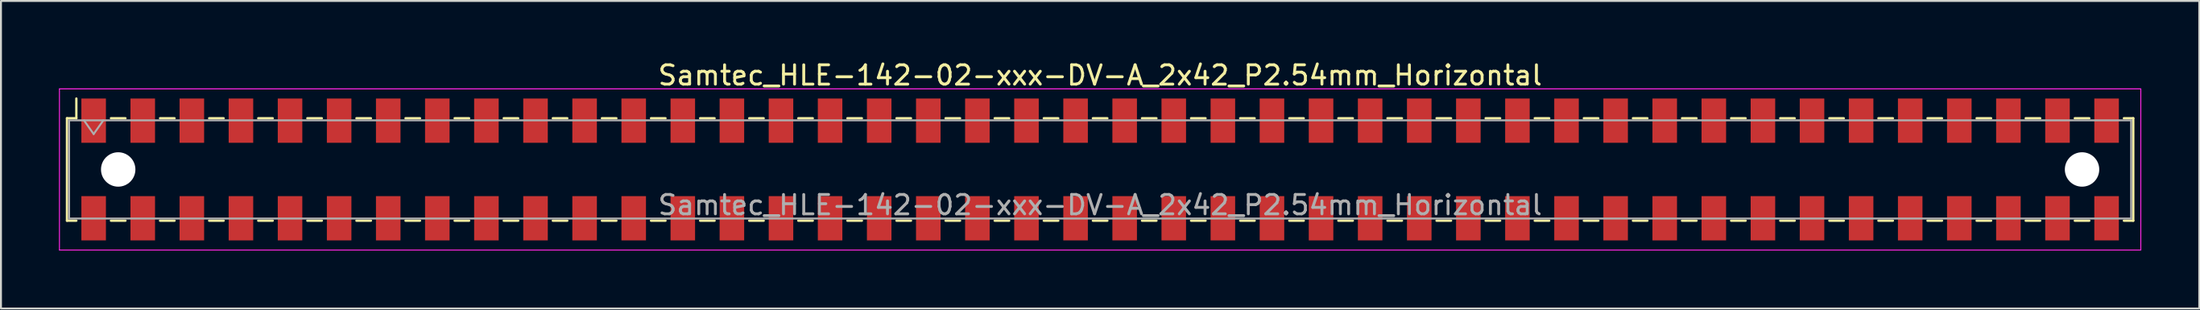
<source format=kicad_pcb>
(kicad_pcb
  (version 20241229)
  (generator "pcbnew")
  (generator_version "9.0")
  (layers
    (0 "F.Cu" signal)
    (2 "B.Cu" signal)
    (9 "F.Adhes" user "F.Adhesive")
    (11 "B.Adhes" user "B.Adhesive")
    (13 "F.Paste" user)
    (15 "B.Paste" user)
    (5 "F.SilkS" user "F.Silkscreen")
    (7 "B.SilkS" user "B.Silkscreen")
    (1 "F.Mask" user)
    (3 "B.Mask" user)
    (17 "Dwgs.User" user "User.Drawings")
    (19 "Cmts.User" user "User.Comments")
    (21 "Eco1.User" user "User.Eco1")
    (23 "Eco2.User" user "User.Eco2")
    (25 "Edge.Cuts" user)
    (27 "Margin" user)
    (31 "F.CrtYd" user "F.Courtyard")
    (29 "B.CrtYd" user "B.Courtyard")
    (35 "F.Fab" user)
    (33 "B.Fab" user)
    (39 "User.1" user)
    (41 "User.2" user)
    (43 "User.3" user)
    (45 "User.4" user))
  (footprint "Samtec_HLE-142-02-xxx-DV-A_2x42_P2.54mm_Horizontal"
    (layer "F.Cu")
    (at 53.865 5.718)
    (property "Reference" "Samtec_HLE-142-02-xxx-DV-A_2x42_P2.54mm_Horizontal" (at 0 -4.87 0) (layer "F.SilkS") (effects (font (size 1 1) (thickness 0.15))))
    (attr smd)
    (fp_line (start -53.45 -2.65) (end -53.45 2.65) (stroke (width 0.12) (type solid)) (layer "F.SilkS"))
    (fp_line (start -53.45 2.65) (end -52.965 2.65) (stroke (width 0.12) (type solid)) (layer "F.SilkS"))
    (fp_line (start -52.965 -3.67) (end -52.965 -2.65) (stroke (width 0.12) (type solid)) (layer "F.SilkS"))
    (fp_line (start -52.965 -2.65) (end -53.45 -2.65) (stroke (width 0.12) (type solid)) (layer "F.SilkS"))
    (fp_line (start -51.175 -2.65) (end -50.425 -2.65) (stroke (width 0.12) (type solid)) (layer "F.SilkS"))
    (fp_line (start -51.175 2.65) (end -50.425 2.65) (stroke (width 0.12) (type solid)) (layer "F.SilkS"))
    (fp_line (start -48.635 -2.65) (end -47.885 -2.65) (stroke (width 0.12) (type solid)) (layer "F.SilkS"))
    (fp_line (start -48.635 2.65) (end -47.885 2.65) (stroke (width 0.12) (type solid)) (layer "F.SilkS"))
    (fp_line (start -46.095 -2.65) (end -45.345 -2.65) (stroke (width 0.12) (type solid)) (layer "F.SilkS"))
    (fp_line (start -46.095 2.65) (end -45.345 2.65) (stroke (width 0.12) (type solid)) (layer "F.SilkS"))
    (fp_line (start -43.555 -2.65) (end -42.805 -2.65) (stroke (width 0.12) (type solid)) (layer "F.SilkS"))
    (fp_line (start -43.555 2.65) (end -42.805 2.65) (stroke (width 0.12) (type solid)) (layer "F.SilkS"))
    (fp_line (start -41.015 -2.65) (end -40.265 -2.65) (stroke (width 0.12) (type solid)) (layer "F.SilkS"))
    (fp_line (start -41.015 2.65) (end -40.265 2.65) (stroke (width 0.12) (type solid)) (layer "F.SilkS"))
    (fp_line (start -38.475 -2.65) (end -37.725 -2.65) (stroke (width 0.12) (type solid)) (layer "F.SilkS"))
    (fp_line (start -38.475 2.65) (end -37.725 2.65) (stroke (width 0.12) (type solid)) (layer "F.SilkS"))
    (fp_line (start -35.935 -2.65) (end -35.185 -2.65) (stroke (width 0.12) (type solid)) (layer "F.SilkS"))
    (fp_line (start -35.935 2.65) (end -35.185 2.65) (stroke (width 0.12) (type solid)) (layer "F.SilkS"))
    (fp_line (start -33.395 -2.65) (end -32.645 -2.65) (stroke (width 0.12) (type solid)) (layer "F.SilkS"))
    (fp_line (start -33.395 2.65) (end -32.645 2.65) (stroke (width 0.12) (type solid)) (layer "F.SilkS"))
    (fp_line (start -30.855 -2.65) (end -30.105 -2.65) (stroke (width 0.12) (type solid)) (layer "F.SilkS"))
    (fp_line (start -30.855 2.65) (end -30.105 2.65) (stroke (width 0.12) (type solid)) (layer "F.SilkS"))
    (fp_line (start -28.315 -2.65) (end -27.565 -2.65) (stroke (width 0.12) (type solid)) (layer "F.SilkS"))
    (fp_line (start -28.315 2.65) (end -27.565 2.65) (stroke (width 0.12) (type solid)) (layer "F.SilkS"))
    (fp_line (start -25.775 -2.65) (end -25.025 -2.65) (stroke (width 0.12) (type solid)) (layer "F.SilkS"))
    (fp_line (start -25.775 2.65) (end -25.025 2.65) (stroke (width 0.12) (type solid)) (layer "F.SilkS"))
    (fp_line (start -23.235 -2.65) (end -22.485 -2.65) (stroke (width 0.12) (type solid)) (layer "F.SilkS"))
    (fp_line (start -23.235 2.65) (end -22.485 2.65) (stroke (width 0.12) (type solid)) (layer "F.SilkS"))
    (fp_line (start -20.695 -2.65) (end -19.945 -2.65) (stroke (width 0.12) (type solid)) (layer "F.SilkS"))
    (fp_line (start -20.695 2.65) (end -19.945 2.65) (stroke (width 0.12) (type solid)) (layer "F.SilkS"))
    (fp_line (start -18.155 -2.65) (end -17.405 -2.65) (stroke (width 0.12) (type solid)) (layer "F.SilkS"))
    (fp_line (start -18.155 2.65) (end -17.405 2.65) (stroke (width 0.12) (type solid)) (layer "F.SilkS"))
    (fp_line (start -15.615 -2.65) (end -14.865 -2.65) (stroke (width 0.12) (type solid)) (layer "F.SilkS"))
    (fp_line (start -15.615 2.65) (end -14.865 2.65) (stroke (width 0.12) (type solid)) (layer "F.SilkS"))
    (fp_line (start -13.075 -2.65) (end -12.325 -2.65) (stroke (width 0.12) (type solid)) (layer "F.SilkS"))
    (fp_line (start -13.075 2.65) (end -12.325 2.65) (stroke (width 0.12) (type solid)) (layer "F.SilkS"))
    (fp_line (start -10.535 -2.65) (end -9.785 -2.65) (stroke (width 0.12) (type solid)) (layer "F.SilkS"))
    (fp_line (start -10.535 2.65) (end -9.785 2.65) (stroke (width 0.12) (type solid)) (layer "F.SilkS"))
    (fp_line (start -7.995 -2.65) (end -7.245 -2.65) (stroke (width 0.12) (type solid)) (layer "F.SilkS"))
    (fp_line (start -7.995 2.65) (end -7.245 2.65) (stroke (width 0.12) (type solid)) (layer "F.SilkS"))
    (fp_line (start -5.455 -2.65) (end -4.705 -2.65) (stroke (width 0.12) (type solid)) (layer "F.SilkS"))
    (fp_line (start -5.455 2.65) (end -4.705 2.65) (stroke (width 0.12) (type solid)) (layer "F.SilkS"))
    (fp_line (start -2.915 -2.65) (end -2.165 -2.65) (stroke (width 0.12) (type solid)) (layer "F.SilkS"))
    (fp_line (start -2.915 2.65) (end -2.165 2.65) (stroke (width 0.12) (type solid)) (layer "F.SilkS"))
    (fp_line (start -0.375 -2.65) (end 0.375 -2.65) (stroke (width 0.12) (type solid)) (layer "F.SilkS"))
    (fp_line (start -0.375 2.65) (end 0.375 2.65) (stroke (width 0.12) (type solid)) (layer "F.SilkS"))
    (fp_line (start 2.165 -2.65) (end 2.915 -2.65) (stroke (width 0.12) (type solid)) (layer "F.SilkS"))
    (fp_line (start 2.165 2.65) (end 2.915 2.65) (stroke (width 0.12) (type solid)) (layer "F.SilkS"))
    (fp_line (start 4.705 -2.65) (end 5.455 -2.65) (stroke (width 0.12) (type solid)) (layer "F.SilkS"))
    (fp_line (start 4.705 2.65) (end 5.455 2.65) (stroke (width 0.12) (type solid)) (layer "F.SilkS"))
    (fp_line (start 7.245 -2.65) (end 7.995 -2.65) (stroke (width 0.12) (type solid)) (layer "F.SilkS"))
    (fp_line (start 7.245 2.65) (end 7.995 2.65) (stroke (width 0.12) (type solid)) (layer "F.SilkS"))
    (fp_line (start 9.785 -2.65) (end 10.535 -2.65) (stroke (width 0.12) (type solid)) (layer "F.SilkS"))
    (fp_line (start 9.785 2.65) (end 10.535 2.65) (stroke (width 0.12) (type solid)) (layer "F.SilkS"))
    (fp_line (start 12.325 -2.65) (end 13.075 -2.65) (stroke (width 0.12) (type solid)) (layer "F.SilkS"))
    (fp_line (start 12.325 2.65) (end 13.075 2.65) (stroke (width 0.12) (type solid)) (layer "F.SilkS"))
    (fp_line (start 14.865 -2.65) (end 15.615 -2.65) (stroke (width 0.12) (type solid)) (layer "F.SilkS"))
    (fp_line (start 14.865 2.65) (end 15.615 2.65) (stroke (width 0.12) (type solid)) (layer "F.SilkS"))
    (fp_line (start 17.405 -2.65) (end 18.155 -2.65) (stroke (width 0.12) (type solid)) (layer "F.SilkS"))
    (fp_line (start 17.405 2.65) (end 18.155 2.65) (stroke (width 0.12) (type solid)) (layer "F.SilkS"))
    (fp_line (start 19.945 -2.65) (end 20.695 -2.65) (stroke (width 0.12) (type solid)) (layer "F.SilkS"))
    (fp_line (start 19.945 2.65) (end 20.695 2.65) (stroke (width 0.12) (type solid)) (layer "F.SilkS"))
    (fp_line (start 22.485 -2.65) (end 23.235 -2.65) (stroke (width 0.12) (type solid)) (layer "F.SilkS"))
    (fp_line (start 22.485 2.65) (end 23.235 2.65) (stroke (width 0.12) (type solid)) (layer "F.SilkS"))
    (fp_line (start 25.025 -2.65) (end 25.775 -2.65) (stroke (width 0.12) (type solid)) (layer "F.SilkS"))
    (fp_line (start 25.025 2.65) (end 25.775 2.65) (stroke (width 0.12) (type solid)) (layer "F.SilkS"))
    (fp_line (start 27.565 -2.65) (end 28.315 -2.65) (stroke (width 0.12) (type solid)) (layer "F.SilkS"))
    (fp_line (start 27.565 2.65) (end 28.315 2.65) (stroke (width 0.12) (type solid)) (layer "F.SilkS"))
    (fp_line (start 30.105 -2.65) (end 30.855 -2.65) (stroke (width 0.12) (type solid)) (layer "F.SilkS"))
    (fp_line (start 30.105 2.65) (end 30.855 2.65) (stroke (width 0.12) (type solid)) (layer "F.SilkS"))
    (fp_line (start 32.645 -2.65) (end 33.395 -2.65) (stroke (width 0.12) (type solid)) (layer "F.SilkS"))
    (fp_line (start 32.645 2.65) (end 33.395 2.65) (stroke (width 0.12) (type solid)) (layer "F.SilkS"))
    (fp_line (start 35.185 -2.65) (end 35.935 -2.65) (stroke (width 0.12) (type solid)) (layer "F.SilkS"))
    (fp_line (start 35.185 2.65) (end 35.935 2.65) (stroke (width 0.12) (type solid)) (layer "F.SilkS"))
    (fp_line (start 37.725 -2.65) (end 38.475 -2.65) (stroke (width 0.12) (type solid)) (layer "F.SilkS"))
    (fp_line (start 37.725 2.65) (end 38.475 2.65) (stroke (width 0.12) (type solid)) (layer "F.SilkS"))
    (fp_line (start 40.265 -2.65) (end 41.015 -2.65) (stroke (width 0.12) (type solid)) (layer "F.SilkS"))
    (fp_line (start 40.265 2.65) (end 41.015 2.65) (stroke (width 0.12) (type solid)) (layer "F.SilkS"))
    (fp_line (start 42.805 -2.65) (end 43.555 -2.65) (stroke (width 0.12) (type solid)) (layer "F.SilkS"))
    (fp_line (start 42.805 2.65) (end 43.555 2.65) (stroke (width 0.12) (type solid)) (layer "F.SilkS"))
    (fp_line (start 45.345 -2.65) (end 46.095 -2.65) (stroke (width 0.12) (type solid)) (layer "F.SilkS"))
    (fp_line (start 45.345 2.65) (end 46.095 2.65) (stroke (width 0.12) (type solid)) (layer "F.SilkS"))
    (fp_line (start 47.885 -2.65) (end 48.635 -2.65) (stroke (width 0.12) (type solid)) (layer "F.SilkS"))
    (fp_line (start 47.885 2.65) (end 48.635 2.65) (stroke (width 0.12) (type solid)) (layer "F.SilkS"))
    (fp_line (start 50.425 -2.65) (end 51.175 -2.65) (stroke (width 0.12) (type solid)) (layer "F.SilkS"))
    (fp_line (start 50.425 2.65) (end 51.175 2.65) (stroke (width 0.12) (type solid)) (layer "F.SilkS"))
    (fp_line (start 52.965 -2.65) (end 53.45 -2.65) (stroke (width 0.12) (type solid)) (layer "F.SilkS"))
    (fp_line (start 53.45 -2.65) (end 53.45 2.65) (stroke (width 0.12) (type solid)) (layer "F.SilkS"))
    (fp_line (start 53.45 2.65) (end 52.965 2.65) (stroke (width 0.12) (type solid)) (layer "F.SilkS"))
    (fp_line (start -53.84 -4.17) (end 53.84 -4.17) (stroke (width 0.05) (type solid)) (layer "F.CrtYd"))
    (fp_line (start -53.84 4.17) (end -53.84 -4.17) (stroke (width 0.05) (type solid)) (layer "F.CrtYd"))
    (fp_line (start 53.84 -4.17) (end 53.84 4.17) (stroke (width 0.05) (type solid)) (layer "F.CrtYd"))
    (fp_line (start 53.84 4.17) (end -53.84 4.17) (stroke (width 0.05) (type solid)) (layer "F.CrtYd"))
    (fp_line (start -53.34 -2.54) (end 53.34 -2.54) (stroke (width 0.1) (type solid)) (layer "F.Fab"))
    (fp_line (start -53.34 2.54) (end -53.34 -2.54) (stroke (width 0.1) (type solid)) (layer "F.Fab"))
    (fp_line (start -52.57 -2.54) (end -52.07 -1.833) (stroke (width 0.1) (type solid)) (layer "F.Fab"))
    (fp_line (start -52.07 -1.833) (end -51.57 -2.54) (stroke (width 0.1) (type solid)) (layer "F.Fab"))
    (fp_line (start 53.34 -2.54) (end 53.34 2.54) (stroke (width 0.1) (type solid)) (layer "F.Fab"))
    (fp_line (start 53.34 2.54) (end -53.34 2.54) (stroke (width 0.1) (type solid)) (layer "F.Fab"))
    (fp_text user "${REFERENCE}" (at 0 1.84 0) (layer "F.Fab") (effects (font (size 1 1) (thickness 0.15))))
    (pad "" np_thru_hole circle (at -50.8 0) (size 1.78 1.78) (drill 1.78) (layers "*.Cu" "*.Mask"))
    (pad "" np_thru_hole circle (at 50.8 0) (size 1.78 1.78) (drill 1.78) (layers "*.Cu" "*.Mask"))
    (pad "1" smd rect (at -52.07 -2.525) (size 1.27 2.29) (layers "F.Cu" "F.Mask" "F.Paste"))
    (pad "2" smd rect (at -52.07 2.525) (size 1.27 2.29) (layers "F.Cu" "F.Mask" "F.Paste"))
    (pad "3" smd rect (at -49.53 -2.525) (size 1.27 2.29) (layers "F.Cu" "F.Mask" "F.Paste"))
    (pad "4" smd rect (at -49.53 2.525) (size 1.27 2.29) (layers "F.Cu" "F.Mask" "F.Paste"))
    (pad "5" smd rect (at -46.99 -2.525) (size 1.27 2.29) (layers "F.Cu" "F.Mask" "F.Paste"))
    (pad "6" smd rect (at -46.99 2.525) (size 1.27 2.29) (layers "F.Cu" "F.Mask" "F.Paste"))
    (pad "7" smd rect (at -44.45 -2.525) (size 1.27 2.29) (layers "F.Cu" "F.Mask" "F.Paste"))
    (pad "8" smd rect (at -44.45 2.525) (size 1.27 2.29) (layers "F.Cu" "F.Mask" "F.Paste"))
    (pad "9" smd rect (at -41.91 -2.525) (size 1.27 2.29) (layers "F.Cu" "F.Mask" "F.Paste"))
    (pad "10" smd rect (at -41.91 2.525) (size 1.27 2.29) (layers "F.Cu" "F.Mask" "F.Paste"))
    (pad "11" smd rect (at -39.37 -2.525) (size 1.27 2.29) (layers "F.Cu" "F.Mask" "F.Paste"))
    (pad "12" smd rect (at -39.37 2.525) (size 1.27 2.29) (layers "F.Cu" "F.Mask" "F.Paste"))
    (pad "13" smd rect (at -36.83 -2.525) (size 1.27 2.29) (layers "F.Cu" "F.Mask" "F.Paste"))
    (pad "14" smd rect (at -36.83 2.525) (size 1.27 2.29) (layers "F.Cu" "F.Mask" "F.Paste"))
    (pad "15" smd rect (at -34.29 -2.525) (size 1.27 2.29) (layers "F.Cu" "F.Mask" "F.Paste"))
    (pad "16" smd rect (at -34.29 2.525) (size 1.27 2.29) (layers "F.Cu" "F.Mask" "F.Paste"))
    (pad "17" smd rect (at -31.75 -2.525) (size 1.27 2.29) (layers "F.Cu" "F.Mask" "F.Paste"))
    (pad "18" smd rect (at -31.75 2.525) (size 1.27 2.29) (layers "F.Cu" "F.Mask" "F.Paste"))
    (pad "19" smd rect (at -29.21 -2.525) (size 1.27 2.29) (layers "F.Cu" "F.Mask" "F.Paste"))
    (pad "20" smd rect (at -29.21 2.525) (size 1.27 2.29) (layers "F.Cu" "F.Mask" "F.Paste"))
    (pad "21" smd rect (at -26.67 -2.525) (size 1.27 2.29) (layers "F.Cu" "F.Mask" "F.Paste"))
    (pad "22" smd rect (at -26.67 2.525) (size 1.27 2.29) (layers "F.Cu" "F.Mask" "F.Paste"))
    (pad "23" smd rect (at -24.13 -2.525) (size 1.27 2.29) (layers "F.Cu" "F.Mask" "F.Paste"))
    (pad "24" smd rect (at -24.13 2.525) (size 1.27 2.29) (layers "F.Cu" "F.Mask" "F.Paste"))
    (pad "25" smd rect (at -21.59 -2.525) (size 1.27 2.29) (layers "F.Cu" "F.Mask" "F.Paste"))
    (pad "26" smd rect (at -21.59 2.525) (size 1.27 2.29) (layers "F.Cu" "F.Mask" "F.Paste"))
    (pad "27" smd rect (at -19.05 -2.525) (size 1.27 2.29) (layers "F.Cu" "F.Mask" "F.Paste"))
    (pad "28" smd rect (at -19.05 2.525) (size 1.27 2.29) (layers "F.Cu" "F.Mask" "F.Paste"))
    (pad "29" smd rect (at -16.51 -2.525) (size 1.27 2.29) (layers "F.Cu" "F.Mask" "F.Paste"))
    (pad "30" smd rect (at -16.51 2.525) (size 1.27 2.29) (layers "F.Cu" "F.Mask" "F.Paste"))
    (pad "31" smd rect (at -13.97 -2.525) (size 1.27 2.29) (layers "F.Cu" "F.Mask" "F.Paste"))
    (pad "32" smd rect (at -13.97 2.525) (size 1.27 2.29) (layers "F.Cu" "F.Mask" "F.Paste"))
    (pad "33" smd rect (at -11.43 -2.525) (size 1.27 2.29) (layers "F.Cu" "F.Mask" "F.Paste"))
    (pad "34" smd rect (at -11.43 2.525) (size 1.27 2.29) (layers "F.Cu" "F.Mask" "F.Paste"))
    (pad "35" smd rect (at -8.89 -2.525) (size 1.27 2.29) (layers "F.Cu" "F.Mask" "F.Paste"))
    (pad "36" smd rect (at -8.89 2.525) (size 1.27 2.29) (layers "F.Cu" "F.Mask" "F.Paste"))
    (pad "37" smd rect (at -6.35 -2.525) (size 1.27 2.29) (layers "F.Cu" "F.Mask" "F.Paste"))
    (pad "38" smd rect (at -6.35 2.525) (size 1.27 2.29) (layers "F.Cu" "F.Mask" "F.Paste"))
    (pad "39" smd rect (at -3.81 -2.525) (size 1.27 2.29) (layers "F.Cu" "F.Mask" "F.Paste"))
    (pad "40" smd rect (at -3.81 2.525) (size 1.27 2.29) (layers "F.Cu" "F.Mask" "F.Paste"))
    (pad "41" smd rect (at -1.27 -2.525) (size 1.27 2.29) (layers "F.Cu" "F.Mask" "F.Paste"))
    (pad "42" smd rect (at -1.27 2.525) (size 1.27 2.29) (layers "F.Cu" "F.Mask" "F.Paste"))
    (pad "43" smd rect (at 1.27 -2.525) (size 1.27 2.29) (layers "F.Cu" "F.Mask" "F.Paste"))
    (pad "44" smd rect (at 1.27 2.525) (size 1.27 2.29) (layers "F.Cu" "F.Mask" "F.Paste"))
    (pad "45" smd rect (at 3.81 -2.525) (size 1.27 2.29) (layers "F.Cu" "F.Mask" "F.Paste"))
    (pad "46" smd rect (at 3.81 2.525) (size 1.27 2.29) (layers "F.Cu" "F.Mask" "F.Paste"))
    (pad "47" smd rect (at 6.35 -2.525) (size 1.27 2.29) (layers "F.Cu" "F.Mask" "F.Paste"))
    (pad "48" smd rect (at 6.35 2.525) (size 1.27 2.29) (layers "F.Cu" "F.Mask" "F.Paste"))
    (pad "49" smd rect (at 8.89 -2.525) (size 1.27 2.29) (layers "F.Cu" "F.Mask" "F.Paste"))
    (pad "50" smd rect (at 8.89 2.525) (size 1.27 2.29) (layers "F.Cu" "F.Mask" "F.Paste"))
    (pad "51" smd rect (at 11.43 -2.525) (size 1.27 2.29) (layers "F.Cu" "F.Mask" "F.Paste"))
    (pad "52" smd rect (at 11.43 2.525) (size 1.27 2.29) (layers "F.Cu" "F.Mask" "F.Paste"))
    (pad "53" smd rect (at 13.97 -2.525) (size 1.27 2.29) (layers "F.Cu" "F.Mask" "F.Paste"))
    (pad "54" smd rect (at 13.97 2.525) (size 1.27 2.29) (layers "F.Cu" "F.Mask" "F.Paste"))
    (pad "55" smd rect (at 16.51 -2.525) (size 1.27 2.29) (layers "F.Cu" "F.Mask" "F.Paste"))
    (pad "56" smd rect (at 16.51 2.525) (size 1.27 2.29) (layers "F.Cu" "F.Mask" "F.Paste"))
    (pad "57" smd rect (at 19.05 -2.525) (size 1.27 2.29) (layers "F.Cu" "F.Mask" "F.Paste"))
    (pad "58" smd rect (at 19.05 2.525) (size 1.27 2.29) (layers "F.Cu" "F.Mask" "F.Paste"))
    (pad "59" smd rect (at 21.59 -2.525) (size 1.27 2.29) (layers "F.Cu" "F.Mask" "F.Paste"))
    (pad "60" smd rect (at 21.59 2.525) (size 1.27 2.29) (layers "F.Cu" "F.Mask" "F.Paste"))
    (pad "61" smd rect (at 24.13 -2.525) (size 1.27 2.29) (layers "F.Cu" "F.Mask" "F.Paste"))
    (pad "62" smd rect (at 24.13 2.525) (size 1.27 2.29) (layers "F.Cu" "F.Mask" "F.Paste"))
    (pad "63" smd rect (at 26.67 -2.525) (size 1.27 2.29) (layers "F.Cu" "F.Mask" "F.Paste"))
    (pad "64" smd rect (at 26.67 2.525) (size 1.27 2.29) (layers "F.Cu" "F.Mask" "F.Paste"))
    (pad "65" smd rect (at 29.21 -2.525) (size 1.27 2.29) (layers "F.Cu" "F.Mask" "F.Paste"))
    (pad "66" smd rect (at 29.21 2.525) (size 1.27 2.29) (layers "F.Cu" "F.Mask" "F.Paste"))
    (pad "67" smd rect (at 31.75 -2.525) (size 1.27 2.29) (layers "F.Cu" "F.Mask" "F.Paste"))
    (pad "68" smd rect (at 31.75 2.525) (size 1.27 2.29) (layers "F.Cu" "F.Mask" "F.Paste"))
    (pad "69" smd rect (at 34.29 -2.525) (size 1.27 2.29) (layers "F.Cu" "F.Mask" "F.Paste"))
    (pad "70" smd rect (at 34.29 2.525) (size 1.27 2.29) (layers "F.Cu" "F.Mask" "F.Paste"))
    (pad "71" smd rect (at 36.83 -2.525) (size 1.27 2.29) (layers "F.Cu" "F.Mask" "F.Paste"))
    (pad "72" smd rect (at 36.83 2.525) (size 1.27 2.29) (layers "F.Cu" "F.Mask" "F.Paste"))
    (pad "73" smd rect (at 39.37 -2.525) (size 1.27 2.29) (layers "F.Cu" "F.Mask" "F.Paste"))
    (pad "74" smd rect (at 39.37 2.525) (size 1.27 2.29) (layers "F.Cu" "F.Mask" "F.Paste"))
    (pad "75" smd rect (at 41.91 -2.525) (size 1.27 2.29) (layers "F.Cu" "F.Mask" "F.Paste"))
    (pad "76" smd rect (at 41.91 2.525) (size 1.27 2.29) (layers "F.Cu" "F.Mask" "F.Paste"))
    (pad "77" smd rect (at 44.45 -2.525) (size 1.27 2.29) (layers "F.Cu" "F.Mask" "F.Paste"))
    (pad "78" smd rect (at 44.45 2.525) (size 1.27 2.29) (layers "F.Cu" "F.Mask" "F.Paste"))
    (pad "79" smd rect (at 46.99 -2.525) (size 1.27 2.29) (layers "F.Cu" "F.Mask" "F.Paste"))
    (pad "80" smd rect (at 46.99 2.525) (size 1.27 2.29) (layers "F.Cu" "F.Mask" "F.Paste"))
    (pad "81" smd rect (at 49.53 -2.525) (size 1.27 2.29) (layers "F.Cu" "F.Mask" "F.Paste"))
    (pad "82" smd rect (at 49.53 2.525) (size 1.27 2.29) (layers "F.Cu" "F.Mask" "F.Paste"))
    (pad "83" smd rect (at 52.07 -2.525) (size 1.27 2.29) (layers "F.Cu" "F.Mask" "F.Paste"))
    (pad "84" smd rect (at 52.07 2.525) (size 1.27 2.29) (layers "F.Cu" "F.Mask" "F.Paste")))
  (gr_rect
    (start -3 -3)
    (end 110.73 12.913)
    (stroke (width 0.1) (type default))
    (fill no)
    (layer "Edge.Cuts")))
</source>
